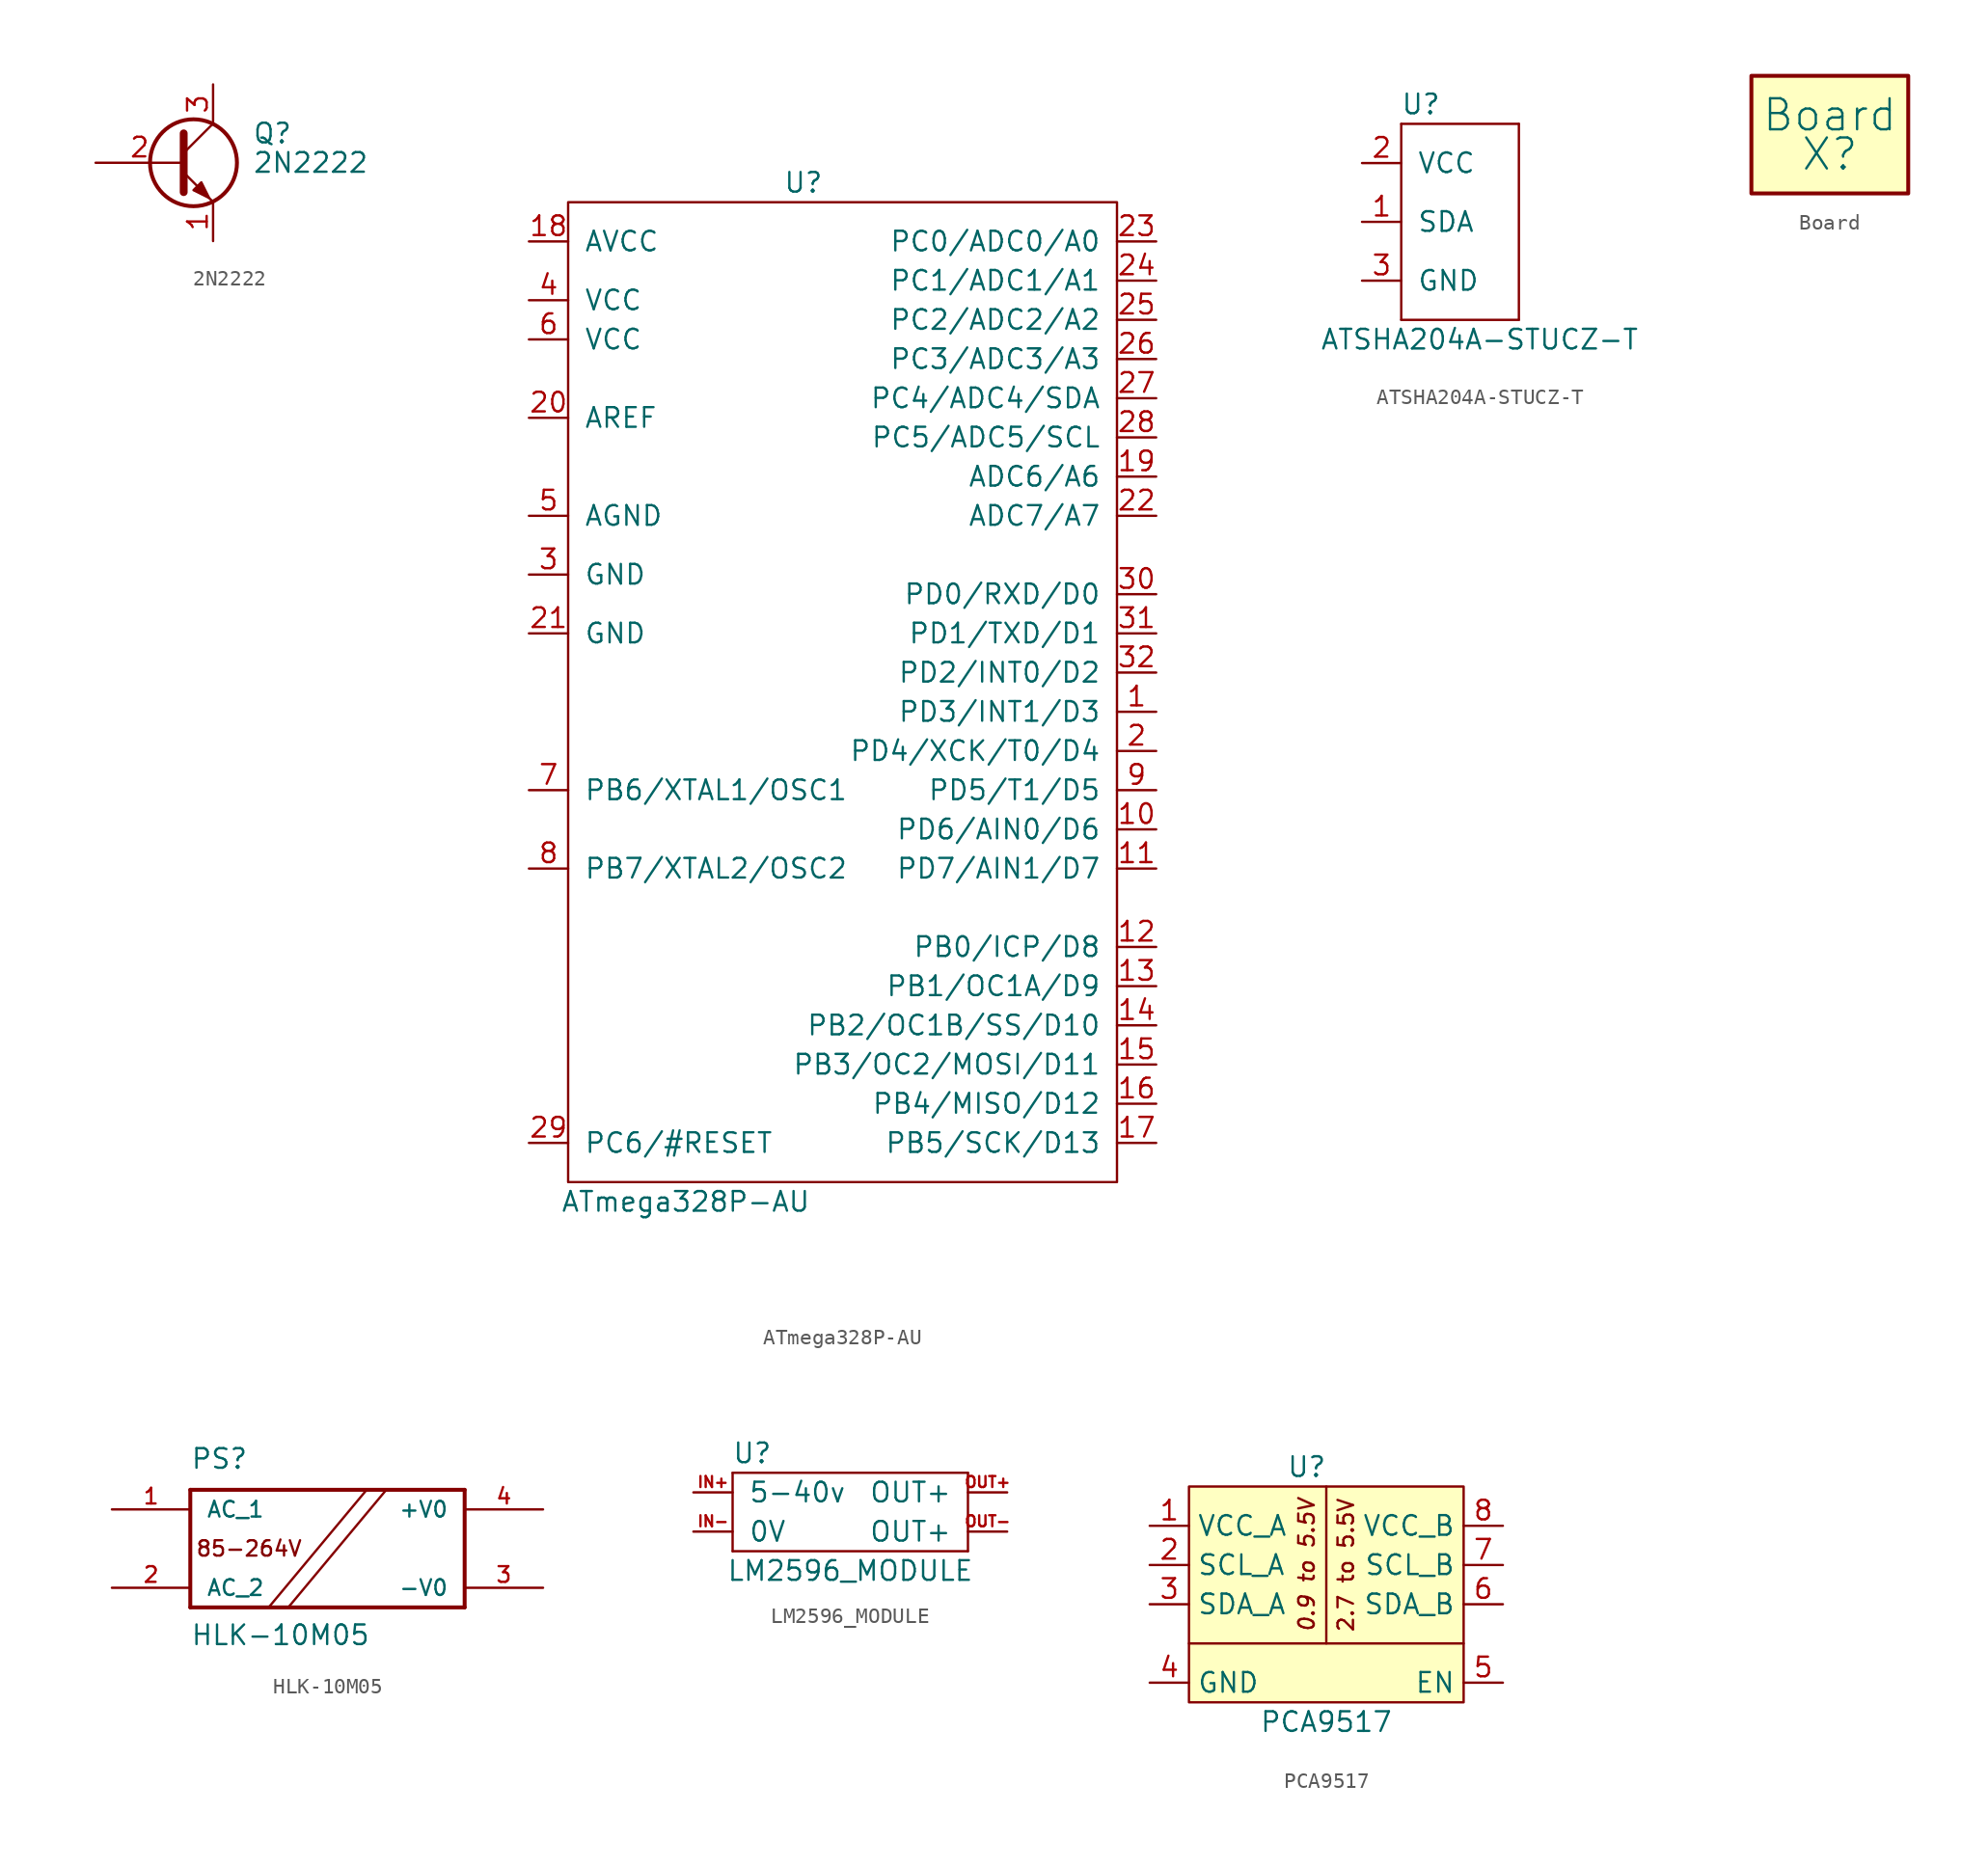
<source format=kicad_sym>
(kicad_symbol_lib
  (version 20231120)
  (generator "kicad_symbol_editor")
  (generator_version "8.0")
  (symbol "2N2222"
    (pin_names
      (offset 0) hide)
    (property "Reference" "Q"
      (at 5.08 1.905 0)
      (effects (font (size 1.27 1.27)) (justify left)))
    (property "Value" "2N2222"
      (at 5.08 0 0)
      (effects (font (size 1.27 1.27)) (justify left)))
    (symbol "2N2222_0_1"
      (polyline (pts (xy 0.635 0.635) (xy 2.54 2.54)) (stroke (width 0) (type default)) (fill (type none)))
      (polyline (pts (xy 0.635 -0.635) (xy 2.54 -2.54) (xy 2.54 -2.54)) (stroke (width 0) (type default)) (fill (type none)))
      (polyline (pts (xy 0.635 1.905) (xy 0.635 -1.905) (xy 0.635 -1.905)) (stroke (width 0.508) (type default)) (fill (type none)))
      (polyline (pts (xy 1.27 -1.778) (xy 1.778 -1.27) (xy 2.286 -2.286) (xy 1.27 -1.778) (xy 1.27 -1.778)) (stroke (width 0) (type default)) (fill (type outline)))
      (circle (center 1.27 0) (radius 2.819) (stroke (width 0.254) (type default)) (fill (type none))))
    (symbol "2N2222_1_1"
      (pin passive line (at 2.54 -5.08 90) (length 2.54) (name "E" (effects (font (size 1.27 1.27)))) (number "1" (effects (font (size 1.27 1.27)))))
      (pin passive line (at -5.08 0 0) (length 5.715) (name "B" (effects (font (size 1.27 1.27)))) (number "2" (effects (font (size 1.27 1.27)))))
      (pin passive line (at 2.54 5.08 270) (length 2.54) (name "C" (effects (font (size 1.27 1.27)))) (number "3" (effects (font (size 1.27 1.27)))))))
  (symbol "ATmega328P-AU"
    (pin_names
      (offset 1.016))
    (property "Reference" "U"
      (at -8.89 36.83 0)
      (effects (font (size 1.27 1.27))))
    (property "Value" "ATmega328P-AU"
      (at -16.51 -29.21 0)
      (effects (font (size 1.27 1.27))))
    (symbol "ATmega328P-AU_0_1"
      (rectangle (start -24.13 35.56) (end 11.43 -27.94) (stroke (width 0) (type default)) (fill (type none))))
    (symbol "ATmega328P-AU_1_1"
      (pin passive line (at 13.97 2.54 180) (length 2.54) (name "PD3/INT1/D3" (effects (font (size 1.27 1.27)))) (number "1" (effects (font (size 1.27 1.27)))))
      (pin passive line (at 13.97 -5.08 180) (length 2.54) (name "PD6/AIN0/D6" (effects (font (size 1.27 1.27)))) (number "10" (effects (font (size 1.27 1.27)))))
      (pin passive line (at 13.97 -7.62 180) (length 2.54) (name "PD7/AIN1/D7" (effects (font (size 1.27 1.27)))) (number "11" (effects (font (size 1.27 1.27)))))
      (pin passive line (at 13.97 -12.7 180) (length 2.54) (name "PB0/ICP/D8" (effects (font (size 1.27 1.27)))) (number "12" (effects (font (size 1.27 1.27)))))
      (pin passive line (at 13.97 -15.24 180) (length 2.54) (name "PB1/OC1A/D9" (effects (font (size 1.27 1.27)))) (number "13" (effects (font (size 1.27 1.27)))))
      (pin passive line (at 13.97 -17.78 180) (length 2.54) (name "PB2/OC1B/SS/D10" (effects (font (size 1.27 1.27)))) (number "14" (effects (font (size 1.27 1.27)))))
      (pin passive line (at 13.97 -20.32 180) (length 2.54) (name "PB3/OC2/MOSI/D11" (effects (font (size 1.27 1.27)))) (number "15" (effects (font (size 1.27 1.27)))))
      (pin passive line (at 13.97 -22.86 180) (length 2.54) (name "PB4/MISO/D12" (effects (font (size 1.27 1.27)))) (number "16" (effects (font (size 1.27 1.27)))))
      (pin passive line (at 13.97 -25.4 180) (length 2.54) (name "PB5/SCK/D13" (effects (font (size 1.27 1.27)))) (number "17" (effects (font (size 1.27 1.27)))))
      (pin passive line (at -26.67 33.02 0) (length 2.54) (name "AVCC" (effects (font (size 1.27 1.27)))) (number "18" (effects (font (size 1.27 1.27)))))
      (pin passive line (at 13.97 17.78 180) (length 2.54) (name "ADC6/A6" (effects (font (size 1.27 1.27)))) (number "19" (effects (font (size 1.27 1.27)))))
      (pin passive line (at 13.97 0 180) (length 2.54) (name "PD4/XCK/T0/D4" (effects (font (size 1.27 1.27)))) (number "2" (effects (font (size 1.27 1.27)))))
      (pin passive line (at -26.67 21.59 0) (length 2.54) (name "AREF" (effects (font (size 1.27 1.27)))) (number "20" (effects (font (size 1.27 1.27)))))
      (pin passive line (at -26.67 7.62 0) (length 2.54) (name "GND" (effects (font (size 1.27 1.27)))) (number "21" (effects (font (size 1.27 1.27)))))
      (pin passive line (at 13.97 15.24 180) (length 2.54) (name "ADC7/A7" (effects (font (size 1.27 1.27)))) (number "22" (effects (font (size 1.27 1.27)))))
      (pin passive line (at 13.97 33.02 180) (length 2.54) (name "PC0/ADC0/A0" (effects (font (size 1.27 1.27)))) (number "23" (effects (font (size 1.27 1.27)))))
      (pin passive line (at 13.97 30.48 180) (length 2.54) (name "PC1/ADC1/A1" (effects (font (size 1.27 1.27)))) (number "24" (effects (font (size 1.27 1.27)))))
      (pin passive line (at 13.97 27.94 180) (length 2.54) (name "PC2/ADC2/A2" (effects (font (size 1.27 1.27)))) (number "25" (effects (font (size 1.27 1.27)))))
      (pin passive line (at 13.97 25.4 180) (length 2.54) (name "PC3/ADC3/A3" (effects (font (size 1.27 1.27)))) (number "26" (effects (font (size 1.27 1.27)))))
      (pin passive line (at 13.97 22.86 180) (length 2.54) (name "PC4/ADC4/SDA" (effects (font (size 1.27 1.27)))) (number "27" (effects (font (size 1.27 1.27)))))
      (pin passive line (at 13.97 20.32 180) (length 2.54) (name "PC5/ADC5/SCL" (effects (font (size 1.27 1.27)))) (number "28" (effects (font (size 1.27 1.27)))))
      (pin passive line (at -26.67 -25.4 0) (length 2.54) (name "PC6/#RESET" (effects (font (size 1.27 1.27)))) (number "29" (effects (font (size 1.27 1.27)))))
      (pin passive line (at -26.67 11.43 0) (length 2.54) (name "GND" (effects (font (size 1.27 1.27)))) (number "3" (effects (font (size 1.27 1.27)))))
      (pin passive line (at 13.97 10.16 180) (length 2.54) (name "PD0/RXD/D0" (effects (font (size 1.27 1.27)))) (number "30" (effects (font (size 1.27 1.27)))))
      (pin passive line (at 13.97 7.62 180) (length 2.54) (name "PD1/TXD/D1" (effects (font (size 1.27 1.27)))) (number "31" (effects (font (size 1.27 1.27)))))
      (pin passive line (at 13.97 5.08 180) (length 2.54) (name "PD2/INT0/D2" (effects (font (size 1.27 1.27)))) (number "32" (effects (font (size 1.27 1.27)))))
      (pin passive line (at -26.67 29.21 0) (length 2.54) (name "VCC" (effects (font (size 1.27 1.27)))) (number "4" (effects (font (size 1.27 1.27)))))
      (pin passive line (at -26.67 15.24 0) (length 2.54) (name "AGND" (effects (font (size 1.27 1.27)))) (number "5" (effects (font (size 1.27 1.27)))))
      (pin passive line (at -26.67 26.67 0) (length 2.54) (name "VCC" (effects (font (size 1.27 1.27)))) (number "6" (effects (font (size 1.27 1.27)))))
      (pin passive line (at -26.67 -2.54 0) (length 2.54) (name "PB6/XTAL1/OSC1" (effects (font (size 1.27 1.27)))) (number "7" (effects (font (size 1.27 1.27)))))
      (pin passive line (at -26.67 -7.62 0) (length 2.54) (name "PB7/XTAL2/OSC2" (effects (font (size 1.27 1.27)))) (number "8" (effects (font (size 1.27 1.27)))))
      (pin passive line (at 13.97 -2.54 180) (length 2.54) (name "PD5/T1/D5" (effects (font (size 1.27 1.27)))) (number "9" (effects (font (size 1.27 1.27)))))))
  (symbol "ATSHA204A-STUCZ-T"
    (pin_names
      (offset 1.016))
    (property "Reference" "U"
      (at -1.27 -2.54 0)
      (effects (font (size 1.27 1.27))))
    (property "Value" "ATSHA204A-STUCZ-T"
      (at 2.54 -17.78 0)
      (effects (font (size 1.27 1.27))))
    (symbol "ATSHA204A-STUCZ-T_0_0"
      (pin bidirectional line (at -5.08 -10.16 0) (length 2.54) (name "SDA" (effects (font (size 1.27 1.27)))) (number "1" (effects (font (size 1.27 1.27)))))
      (pin power_in line (at -5.08 -6.35 0) (length 2.54) (name "VCC" (effects (font (size 1.27 1.27)))) (number "2" (effects (font (size 1.27 1.27)))))
      (pin passive line (at -5.08 -13.97 0) (length 2.54) (name "GND" (effects (font (size 1.27 1.27)))) (number "3" (effects (font (size 1.27 1.27))))))
    (symbol "ATSHA204A-STUCZ-T_0_1"
      (rectangle (start -2.54 -16.51) (end 5.08 -16.51) (stroke (width 0) (type default)) (fill (type none)))
      (rectangle (start -2.54 -3.81) (end -2.54 -16.51) (stroke (width 0) (type default)) (fill (type none)))
      (rectangle (start 5.08 -3.81) (end -2.54 -3.81) (stroke (width 0) (type default)) (fill (type none)))
      (rectangle (start 5.08 -3.81) (end 5.08 -16.51) (stroke (width 0) (type default)) (fill (type none)))))
  (symbol "Board"
    (pin_names
      (offset 1.016))
    (property "Reference" "X"
      (at 0 0 0)
      (effects (font (size 2.007 2.007))))
    (property "Value" "Board"
      (at 0 2.54 0)
      (effects (font (size 2.007 2.007))))
    (symbol "Board_0_1"
      (rectangle (start -5.08 5.08) (end 5.08 -2.54) (stroke (width 0.254) (type default)) (fill (type background)))))
  (symbol "HLK-10M05"
    (pin_names
      (offset 1.016))
    (property "Reference" "PS"
      (at 5.08 3.81 0)
      (effects (font (size 1.27 1.27)) (justify left bottom)))
    (property "Value" "HLK-10M05"
      (at 5.08 -7.62 0)
      (effects (font (size 1.27 1.27)) (justify left bottom)))
    (symbol "HLK-10M05_0_0"
      (polyline (pts (xy 5.08 2.54) (xy 5.08 -5.08)) (stroke (width 0.254) (type default)) (fill (type none)))
      (polyline (pts (xy 5.08 2.54) (xy 22.86 2.54)) (stroke (width 0.254) (type default)) (fill (type background)))
      (polyline (pts (xy 22.86 -5.08) (xy 5.08 -5.08)) (stroke (width 0.254) (type default)) (fill (type none)))
      (polyline (pts (xy 22.86 -5.08) (xy 22.86 2.54)) (stroke (width 0.254) (type default)) (fill (type background)))
      (text "85-264V" (at 8.89 -1.27 0) (effects (font (size 0.991 0.991))))
      (pin bidirectional line (at 0 1.27 0) (length 5.08) (name "AC_1" (effects (font (size 1.016 1.016)))) (number "1" (effects (font (size 1.016 1.016)))))
      (pin bidirectional line (at 0 -3.81 0) (length 5.08) (name "AC_2" (effects (font (size 1.016 1.016)))) (number "2" (effects (font (size 1.016 1.016)))))
      (pin bidirectional line (at 27.94 -3.81 180) (length 5.08) (name "-V0" (effects (font (size 1.016 1.016)))) (number "3" (effects (font (size 1.016 1.016)))))
      (pin bidirectional line (at 27.94 1.27 180) (length 5.08) (name "+V0" (effects (font (size 1.016 1.016)))) (number "4" (effects (font (size 1.016 1.016))))))
    (symbol "HLK-10M05_0_1"
      (polyline (pts (xy 17.78 2.54) (xy 11.43 -5.08) (xy 10.16 -5.08) (xy 16.51 2.54)) (stroke (width 0) (type default)) (fill (type none)))))
  (symbol "LM2596_MODULE"
    (pin_names
      (offset 1.016))
    (property "Reference" "U"
      (at 0 -16.51 0)
      (effects (font (size 1.27 1.27))))
    (property "Value" "LM2596_MODULE"
      (at 6.35 -24.13 0)
      (effects (font (size 1.27 1.27))))
    (symbol "LM2596_MODULE_0_0"
      (pin passive line (at -3.81 -19.05 0) (length 2.54) (name "5-40v" (effects (font (size 1.27 1.27)))) (number "IN+" (effects (font (size 0.711 0.711)))))
      (pin passive line (at -3.81 -21.59 0) (length 2.54) (name "0V" (effects (font (size 1.27 1.27)))) (number "IN-" (effects (font (size 0.711 0.711)))))
      (pin passive line (at 16.51 -19.05 180) (length 2.54) (name "OUT+" (effects (font (size 1.27 1.27)))) (number "OUT+" (effects (font (size 0.711 0.711)))))
      (pin passive line (at 16.51 -21.59 180) (length 2.54) (name "OUT+" (effects (font (size 1.27 1.27)))) (number "OUT-" (effects (font (size 0.711 0.711))))))
    (symbol "LM2596_MODULE_0_1"
      (rectangle (start -1.27 -22.86) (end 13.97 -22.86) (stroke (width 0) (type default)) (fill (type none)))
      (rectangle (start -1.27 -17.78) (end -1.27 -22.86) (stroke (width 0) (type default)) (fill (type none)))
      (rectangle (start -1.27 -17.78) (end 13.97 -17.78) (stroke (width 0) (type default)) (fill (type none)))
      (rectangle (start 13.97 -22.86) (end 13.97 -17.78) (stroke (width 0) (type default)) (fill (type none)))))
  (symbol "PCA9517"
    (property "Reference" "U"
      (at 1.27 -1.27 0)
      (effects (font (size 1.27 1.27))))
    (property "Value" "PCA9517"
      (at 2.54 -17.78 0)
      (effects (font (size 1.27 1.27))))
    (symbol "PCA9517_0_0"
      (rectangle (start -6.35 -2.54) (end 11.43 -16.51) (stroke (width 0.152) (type default)) (fill (type background)))
      (polyline (pts (xy 2.54 -12.7) (xy 2.54 -2.54)) (stroke (width 0.152) (type default)) (fill (type none)))
      (polyline (pts (xy 11.43 -12.7) (xy -6.35 -12.7)) (stroke (width 0.152) (type default)) (fill (type none)))
      (text "0.9 to 5.5V" (at 1.27 -7.62 900) (effects (font (size 1 1) (italic yes))))
      (text "2.7 to 5.5V" (at 3.81 -7.62 900) (effects (font (size 1 1)))))
    (symbol "PCA9517_1_1"
      (pin power_in line (at -8.89 -5.08 0) (length 2.54) (name "VCC_A" (effects (font (size 1.27 1.27)))) (number "1" (effects (font (size 1.27 1.27)))))
      (pin bidirectional line (at -8.89 -7.62 0) (length 2.54) (name "SCL_A" (effects (font (size 1.27 1.27)))) (number "2" (effects (font (size 1.27 1.27)))))
      (pin bidirectional line (at -8.89 -10.16 0) (length 2.54) (name "SDA_A" (effects (font (size 1.27 1.27)))) (number "3" (effects (font (size 1.27 1.27)))))
      (pin passive line (at -8.89 -15.24 0) (length 2.54) (name "GND" (effects (font (size 1.27 1.27)))) (number "4" (effects (font (size 1.27 1.27)))))
      (pin input line (at 13.97 -15.24 180) (length 2.54) (name "EN" (effects (font (size 1.27 1.27)))) (number "5" (effects (font (size 1.27 1.27)))))
      (pin bidirectional line (at 13.97 -10.16 180) (length 2.54) (name "SDA_B" (effects (font (size 1.27 1.27)))) (number "6" (effects (font (size 1.27 1.27)))))
      (pin bidirectional line (at 13.97 -7.62 180) (length 2.54) (name "SCL_B" (effects (font (size 1.27 1.27)))) (number "7" (effects (font (size 1.27 1.27)))))
      (pin power_in line (at 13.97 -5.08 180) (length 2.54) (name "VCC_B" (effects (font (size 1.27 1.27)))) (number "8" (effects (font (size 1.27 1.27))))))))
</source>
